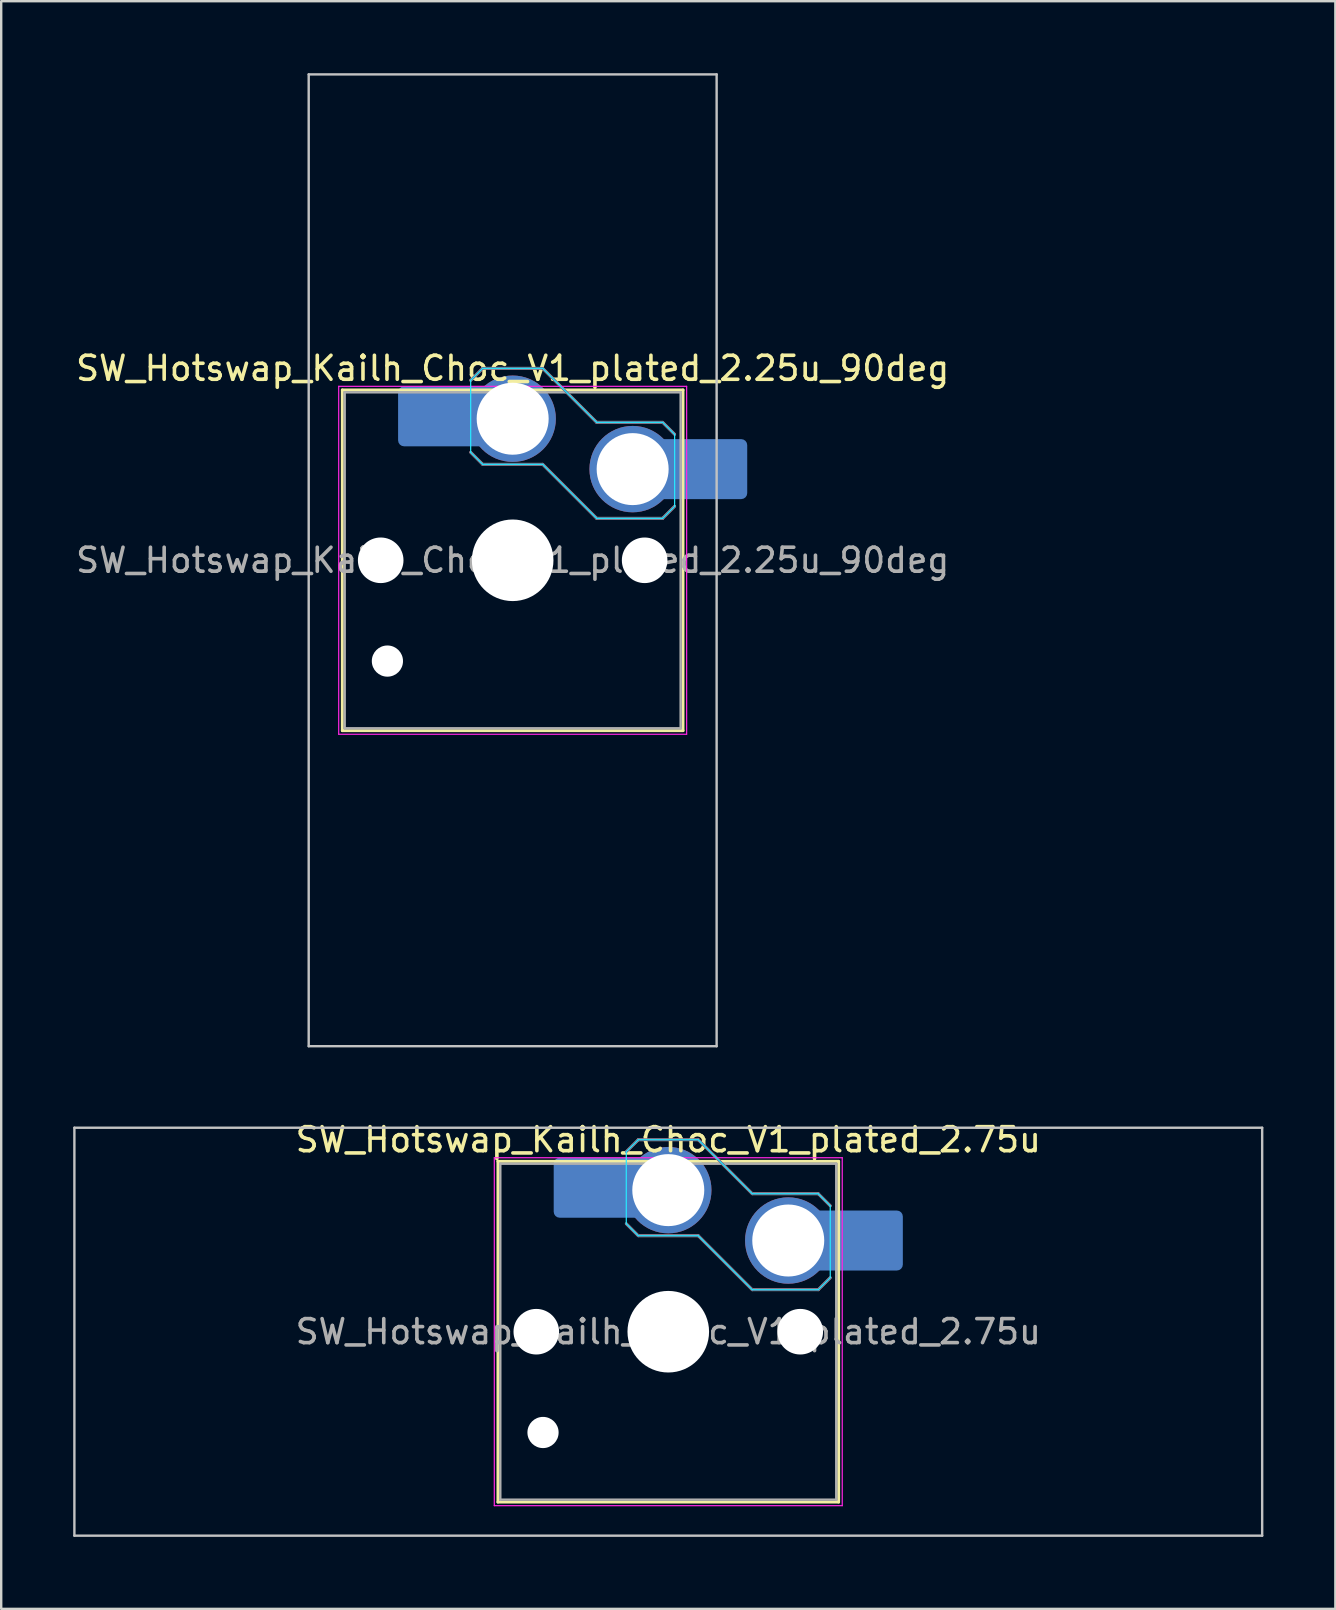
<source format=kicad_pcb>
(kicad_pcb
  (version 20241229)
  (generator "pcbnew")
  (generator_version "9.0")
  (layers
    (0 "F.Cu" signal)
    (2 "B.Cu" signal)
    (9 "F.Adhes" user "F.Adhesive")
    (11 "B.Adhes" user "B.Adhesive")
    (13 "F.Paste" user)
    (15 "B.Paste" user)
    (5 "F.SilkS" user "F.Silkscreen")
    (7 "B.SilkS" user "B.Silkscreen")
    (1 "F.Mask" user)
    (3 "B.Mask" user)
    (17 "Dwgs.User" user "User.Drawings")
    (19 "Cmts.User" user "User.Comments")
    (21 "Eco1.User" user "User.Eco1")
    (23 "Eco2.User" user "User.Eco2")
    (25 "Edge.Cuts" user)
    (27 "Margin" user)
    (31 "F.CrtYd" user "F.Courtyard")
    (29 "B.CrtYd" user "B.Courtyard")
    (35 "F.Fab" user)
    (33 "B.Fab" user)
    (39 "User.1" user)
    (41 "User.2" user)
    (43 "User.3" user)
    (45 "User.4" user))
  (footprint "SW_Hotswap_Kailh_Choc_V1_plated_2.25u_90deg"
    (layer "F.Cu")
    (at 18.315 20.3)
    (property "Reference" "SW_Hotswap_Kailh_Choc_V1_plated_2.25u_90deg" (at 0 -8 0) (layer "F.SilkS") (effects (font (size 1 1) (thickness 0.15))))
    (attr smd)
    (fp_line (start -7.1 -7.1) (end -7.1 7.1) (stroke (width 0.12) (type solid)) (layer "F.SilkS"))
    (fp_line (start -7.1 7.1) (end 7.1 7.1) (stroke (width 0.12) (type solid)) (layer "F.SilkS"))
    (fp_line (start 7.1 -7.1) (end -7.1 -7.1) (stroke (width 0.12) (type solid)) (layer "F.SilkS"))
    (fp_line (start 7.1 7.1) (end 7.1 -7.1) (stroke (width 0.12) (type solid)) (layer "F.SilkS"))
    (fp_line (start -1.75 -7.5) (end -1.25 -8) (stroke (width 0.12) (type solid)) (layer "B.SilkS"))
    (fp_line (start -1.25 -8) (end 1.25 -8) (stroke (width 0.12) (type solid)) (layer "B.SilkS"))
    (fp_line (start -1.25 -4) (end -1.75 -4.5) (stroke (width 0.12) (type solid)) (layer "B.SilkS"))
    (fp_line (start 1.25 -8) (end 3.5 -5.75) (stroke (width 0.12) (type solid)) (layer "B.SilkS"))
    (fp_line (start 1.25 -4) (end -1.25 -4) (stroke (width 0.12) (type solid)) (layer "B.SilkS"))
    (fp_line (start 3.5 -5.75) (end 6.25 -5.75) (stroke (width 0.12) (type solid)) (layer "B.SilkS"))
    (fp_line (start 3.5 -1.75) (end 1.25 -4) (stroke (width 0.12) (type solid)) (layer "B.SilkS"))
    (fp_line (start 6.25 -5.75) (end 6.75 -5.25) (stroke (width 0.12) (type solid)) (layer "B.SilkS"))
    (fp_line (start 6.25 -1.75) (end 3.5 -1.75) (stroke (width 0.12) (type solid)) (layer "B.SilkS"))
    (fp_line (start 6.75 -2.25) (end 6.25 -1.75) (stroke (width 0.12) (type solid)) (layer "B.SilkS"))
    (fp_line (start -8.5 -20.25) (end 8.5 -20.25) (stroke (width 0.1) (type solid)) (layer "Dwgs.User"))
    (fp_line (start -8.5 20.25) (end -8.5 -20.25) (stroke (width 0.1) (type solid)) (layer "Dwgs.User"))
    (fp_line (start 8.5 -20.25) (end 8.5 20.25) (stroke (width 0.1) (type solid)) (layer "Dwgs.User"))
    (fp_line (start 8.5 20.25) (end -8.5 20.25) (stroke (width 0.1) (type solid)) (layer "Dwgs.User"))
    (fp_line (start -1.75 -7.5) (end -1.25 -8) (stroke (width 0.05) (type solid)) (layer "B.CrtYd"))
    (fp_line (start -1.75 -4.5) (end -1.75 -7.5) (stroke (width 0.05) (type solid)) (layer "B.CrtYd"))
    (fp_line (start -1.25 -8) (end 1.25 -8) (stroke (width 0.05) (type solid)) (layer "B.CrtYd"))
    (fp_line (start -1.25 -4) (end -1.75 -4.5) (stroke (width 0.05) (type solid)) (layer "B.CrtYd"))
    (fp_line (start 1.25 -8) (end 3.5 -5.75) (stroke (width 0.05) (type solid)) (layer "B.CrtYd"))
    (fp_line (start 1.25 -4) (end -1.25 -4) (stroke (width 0.05) (type solid)) (layer "B.CrtYd"))
    (fp_line (start 3.5 -5.75) (end 6.25 -5.75) (stroke (width 0.05) (type solid)) (layer "B.CrtYd"))
    (fp_line (start 3.5 -1.75) (end 1.25 -4) (stroke (width 0.05) (type solid)) (layer "B.CrtYd"))
    (fp_line (start 6.25 -5.75) (end 6.75 -5.25) (stroke (width 0.05) (type solid)) (layer "B.CrtYd"))
    (fp_line (start 6.25 -1.75) (end 3.5 -1.75) (stroke (width 0.05) (type solid)) (layer "B.CrtYd"))
    (fp_line (start 6.75 -5.25) (end 6.75 -2.25) (stroke (width 0.05) (type solid)) (layer "B.CrtYd"))
    (fp_line (start 6.75 -2.25) (end 6.25 -1.75) (stroke (width 0.05) (type solid)) (layer "B.CrtYd"))
    (fp_line (start -7.25 -7.25) (end -7.25 7.25) (stroke (width 0.05) (type solid)) (layer "F.CrtYd"))
    (fp_line (start -7.25 7.25) (end 7.25 7.25) (stroke (width 0.05) (type solid)) (layer "F.CrtYd"))
    (fp_line (start 7.25 -7.25) (end -7.25 -7.25) (stroke (width 0.05) (type solid)) (layer "F.CrtYd"))
    (fp_line (start 7.25 7.25) (end 7.25 -7.25) (stroke (width 0.05) (type solid)) (layer "F.CrtYd"))
    (fp_line (start -1.75 -7.5) (end -1.25 -8) (stroke (width 0.1) (type solid)) (layer "B.Fab"))
    (fp_line (start -1.25 -8) (end 1.25 -8) (stroke (width 0.1) (type solid)) (layer "B.Fab"))
    (fp_line (start -1.25 -4) (end -1.75 -4.5) (stroke (width 0.1) (type solid)) (layer "B.Fab"))
    (fp_line (start 1.25 -8) (end 3.5 -5.75) (stroke (width 0.1) (type solid)) (layer "B.Fab"))
    (fp_line (start 1.25 -4) (end -1.25 -4) (stroke (width 0.1) (type solid)) (layer "B.Fab"))
    (fp_line (start 3.5 -5.75) (end 6.25 -5.75) (stroke (width 0.1) (type solid)) (layer "B.Fab"))
    (fp_line (start 3.5 -1.75) (end 1.25 -4) (stroke (width 0.1) (type solid)) (layer "B.Fab"))
    (fp_line (start 6.25 -5.75) (end 6.75 -5.25) (stroke (width 0.1) (type solid)) (layer "B.Fab"))
    (fp_line (start 6.25 -1.75) (end 3.5 -1.75) (stroke (width 0.1) (type solid)) (layer "B.Fab"))
    (fp_line (start 6.75 -2.25) (end 6.25 -1.75) (stroke (width 0.1) (type solid)) (layer "B.Fab"))
    (fp_line (start -7 -7) (end -7 7) (stroke (width 0.1) (type solid)) (layer "F.Fab"))
    (fp_line (start -7 7) (end 7 7) (stroke (width 0.1) (type solid)) (layer "F.Fab"))
    (fp_line (start 7 -7) (end -7 -7) (stroke (width 0.1) (type solid)) (layer "F.Fab"))
    (fp_line (start 7 7) (end 7 -7) (stroke (width 0.1) (type solid)) (layer "F.Fab"))
    (fp_text user "${REFERENCE}" (at 0 0 0) (layer "F.Fab") (effects (font (size 1 1) (thickness 0.15))))
    (pad "" np_thru_hole circle (at -5.5 0) (size 1.9 1.9) (drill 1.9) (layers "*.Cu" "*.Mask"))
    (pad "" np_thru_hole circle (at -5.22 4.2) (size 1.3 1.3) (drill 1.3) (layers "*.Cu" "*.Mask"))
    (pad "" smd roundrect (at -3.5 -6) (size 2.55 2.5) (layers "B.Mask" "B.Paste") (roundrect_rratio 0.1))
    (pad "" np_thru_hole circle (at 0 0) (size 3.4 3.4) (drill 3.4) (layers "*.Cu" "*.Mask"))
    (pad "" np_thru_hole circle (at 5.5 0) (size 1.9 1.9) (drill 1.9) (layers "*.Cu" "*.Mask"))
    (pad "" smd roundrect (at 8.5 -3.8) (size 2.55 2.5) (layers "B.Mask" "B.Paste") (roundrect_rratio 0.1))
    (pad "1" smd roundrect (at -2.85 -6) (size 3.85 2.5) (layers "B.Cu") (roundrect_rratio 0.1))
    (pad "1" thru_hole circle (at 0 -5.9) (size 3.6 3.6) (drill 3) (layers "*.Cu" "B.Mask"))
    (pad "2" thru_hole circle (at 5 -3.8) (size 3.6 3.6) (drill 3) (layers "*.Cu" "B.Mask"))
    (pad "2" smd roundrect (at 7.85 -3.8) (size 3.85 2.5) (layers "B.Cu") (roundrect_rratio 0.1)))
  (footprint "SW_Hotswap_Kailh_Choc_V1_plated_2.75u"
    (layer "F.Cu")
    (at 24.8 52.448)
    (property "Reference" "SW_Hotswap_Kailh_Choc_V1_plated_2.75u" (at 0 -8 0) (layer "F.SilkS") (effects (font (size 1 1) (thickness 0.15))))
    (attr smd)
    (fp_line (start -7.1 -7.1) (end -7.1 7.1) (stroke (width 0.12) (type solid)) (layer "F.SilkS"))
    (fp_line (start -7.1 7.1) (end 7.1 7.1) (stroke (width 0.12) (type solid)) (layer "F.SilkS"))
    (fp_line (start 7.1 -7.1) (end -7.1 -7.1) (stroke (width 0.12) (type solid)) (layer "F.SilkS"))
    (fp_line (start 7.1 7.1) (end 7.1 -7.1) (stroke (width 0.12) (type solid)) (layer "F.SilkS"))
    (fp_line (start -1.75 -7.5) (end -1.25 -8) (stroke (width 0.12) (type solid)) (layer "B.SilkS"))
    (fp_line (start -1.25 -8) (end 1.25 -8) (stroke (width 0.12) (type solid)) (layer "B.SilkS"))
    (fp_line (start -1.25 -4) (end -1.75 -4.5) (stroke (width 0.12) (type solid)) (layer "B.SilkS"))
    (fp_line (start 1.25 -8) (end 3.5 -5.75) (stroke (width 0.12) (type solid)) (layer "B.SilkS"))
    (fp_line (start 1.25 -4) (end -1.25 -4) (stroke (width 0.12) (type solid)) (layer "B.SilkS"))
    (fp_line (start 3.5 -5.75) (end 6.25 -5.75) (stroke (width 0.12) (type solid)) (layer "B.SilkS"))
    (fp_line (start 3.5 -1.75) (end 1.25 -4) (stroke (width 0.12) (type solid)) (layer "B.SilkS"))
    (fp_line (start 6.25 -5.75) (end 6.75 -5.25) (stroke (width 0.12) (type solid)) (layer "B.SilkS"))
    (fp_line (start 6.25 -1.75) (end 3.5 -1.75) (stroke (width 0.12) (type solid)) (layer "B.SilkS"))
    (fp_line (start 6.75 -2.25) (end 6.25 -1.75) (stroke (width 0.12) (type solid)) (layer "B.SilkS"))
    (fp_line (start -24.75 -8.5) (end -24.75 8.5) (stroke (width 0.1) (type solid)) (layer "Dwgs.User"))
    (fp_line (start -24.75 8.5) (end 24.75 8.5) (stroke (width 0.1) (type solid)) (layer "Dwgs.User"))
    (fp_line (start 24.75 -8.5) (end -24.75 -8.5) (stroke (width 0.1) (type solid)) (layer "Dwgs.User"))
    (fp_line (start 24.75 8.5) (end 24.75 -8.5) (stroke (width 0.1) (type solid)) (layer "Dwgs.User"))
    (fp_line (start -1.75 -7.5) (end -1.25 -8) (stroke (width 0.05) (type solid)) (layer "B.CrtYd"))
    (fp_line (start -1.75 -4.5) (end -1.75 -7.5) (stroke (width 0.05) (type solid)) (layer "B.CrtYd"))
    (fp_line (start -1.25 -8) (end 1.25 -8) (stroke (width 0.05) (type solid)) (layer "B.CrtYd"))
    (fp_line (start -1.25 -4) (end -1.75 -4.5) (stroke (width 0.05) (type solid)) (layer "B.CrtYd"))
    (fp_line (start 1.25 -8) (end 3.5 -5.75) (stroke (width 0.05) (type solid)) (layer "B.CrtYd"))
    (fp_line (start 1.25 -4) (end -1.25 -4) (stroke (width 0.05) (type solid)) (layer "B.CrtYd"))
    (fp_line (start 3.5 -5.75) (end 6.25 -5.75) (stroke (width 0.05) (type solid)) (layer "B.CrtYd"))
    (fp_line (start 3.5 -1.75) (end 1.25 -4) (stroke (width 0.05) (type solid)) (layer "B.CrtYd"))
    (fp_line (start 6.25 -5.75) (end 6.75 -5.25) (stroke (width 0.05) (type solid)) (layer "B.CrtYd"))
    (fp_line (start 6.25 -1.75) (end 3.5 -1.75) (stroke (width 0.05) (type solid)) (layer "B.CrtYd"))
    (fp_line (start 6.75 -5.25) (end 6.75 -2.25) (stroke (width 0.05) (type solid)) (layer "B.CrtYd"))
    (fp_line (start 6.75 -2.25) (end 6.25 -1.75) (stroke (width 0.05) (type solid)) (layer "B.CrtYd"))
    (fp_line (start -7.25 -7.25) (end -7.25 7.25) (stroke (width 0.05) (type solid)) (layer "F.CrtYd"))
    (fp_line (start -7.25 7.25) (end 7.25 7.25) (stroke (width 0.05) (type solid)) (layer "F.CrtYd"))
    (fp_line (start 7.25 -7.25) (end -7.25 -7.25) (stroke (width 0.05) (type solid)) (layer "F.CrtYd"))
    (fp_line (start 7.25 7.25) (end 7.25 -7.25) (stroke (width 0.05) (type solid)) (layer "F.CrtYd"))
    (fp_line (start -1.75 -7.5) (end -1.25 -8) (stroke (width 0.1) (type solid)) (layer "B.Fab"))
    (fp_line (start -1.25 -8) (end 1.25 -8) (stroke (width 0.1) (type solid)) (layer "B.Fab"))
    (fp_line (start -1.25 -4) (end -1.75 -4.5) (stroke (width 0.1) (type solid)) (layer "B.Fab"))
    (fp_line (start 1.25 -8) (end 3.5 -5.75) (stroke (width 0.1) (type solid)) (layer "B.Fab"))
    (fp_line (start 1.25 -4) (end -1.25 -4) (stroke (width 0.1) (type solid)) (layer "B.Fab"))
    (fp_line (start 3.5 -5.75) (end 6.25 -5.75) (stroke (width 0.1) (type solid)) (layer "B.Fab"))
    (fp_line (start 3.5 -1.75) (end 1.25 -4) (stroke (width 0.1) (type solid)) (layer "B.Fab"))
    (fp_line (start 6.25 -5.75) (end 6.75 -5.25) (stroke (width 0.1) (type solid)) (layer "B.Fab"))
    (fp_line (start 6.25 -1.75) (end 3.5 -1.75) (stroke (width 0.1) (type solid)) (layer "B.Fab"))
    (fp_line (start 6.75 -2.25) (end 6.25 -1.75) (stroke (width 0.1) (type solid)) (layer "B.Fab"))
    (fp_line (start -7 -7) (end -7 7) (stroke (width 0.1) (type solid)) (layer "F.Fab"))
    (fp_line (start -7 7) (end 7 7) (stroke (width 0.1) (type solid)) (layer "F.Fab"))
    (fp_line (start 7 -7) (end -7 -7) (stroke (width 0.1) (type solid)) (layer "F.Fab"))
    (fp_line (start 7 7) (end 7 -7) (stroke (width 0.1) (type solid)) (layer "F.Fab"))
    (fp_text user "${REFERENCE}" (at 0 0 0) (layer "F.Fab") (effects (font (size 1 1) (thickness 0.15))))
    (pad "" np_thru_hole circle (at -5.5 0) (size 1.9 1.9) (drill 1.9) (layers "*.Cu" "*.Mask"))
    (pad "" np_thru_hole circle (at -5.22 4.2) (size 1.3 1.3) (drill 1.3) (layers "*.Cu" "*.Mask"))
    (pad "" smd roundrect (at -3.5 -6) (size 2.55 2.5) (layers "B.Mask" "B.Paste") (roundrect_rratio 0.1))
    (pad "" np_thru_hole circle (at 0 0) (size 3.4 3.4) (drill 3.4) (layers "*.Cu" "*.Mask"))
    (pad "" np_thru_hole circle (at 5.5 0) (size 1.9 1.9) (drill 1.9) (layers "*.Cu" "*.Mask"))
    (pad "" smd roundrect (at 8.5 -3.8) (size 2.55 2.5) (layers "B.Mask" "B.Paste") (roundrect_rratio 0.1))
    (pad "1" smd roundrect (at -2.85 -6) (size 3.85 2.5) (layers "B.Cu") (roundrect_rratio 0.1))
    (pad "1" thru_hole circle (at 0 -5.9) (size 3.6 3.6) (drill 3) (layers "*.Cu" "B.Mask"))
    (pad "2" thru_hole circle (at 5 -3.8) (size 3.6 3.6) (drill 3) (layers "*.Cu" "B.Mask"))
    (pad "2" smd roundrect (at 7.85 -3.8) (size 3.85 2.5) (layers "B.Cu") (roundrect_rratio 0.1)))
  (gr_rect
    (start -3 -3)
    (end 52.6 63.998)
    (stroke (width 0.1) (type default))
    (fill no)
    (layer "Edge.Cuts")))
</source>
